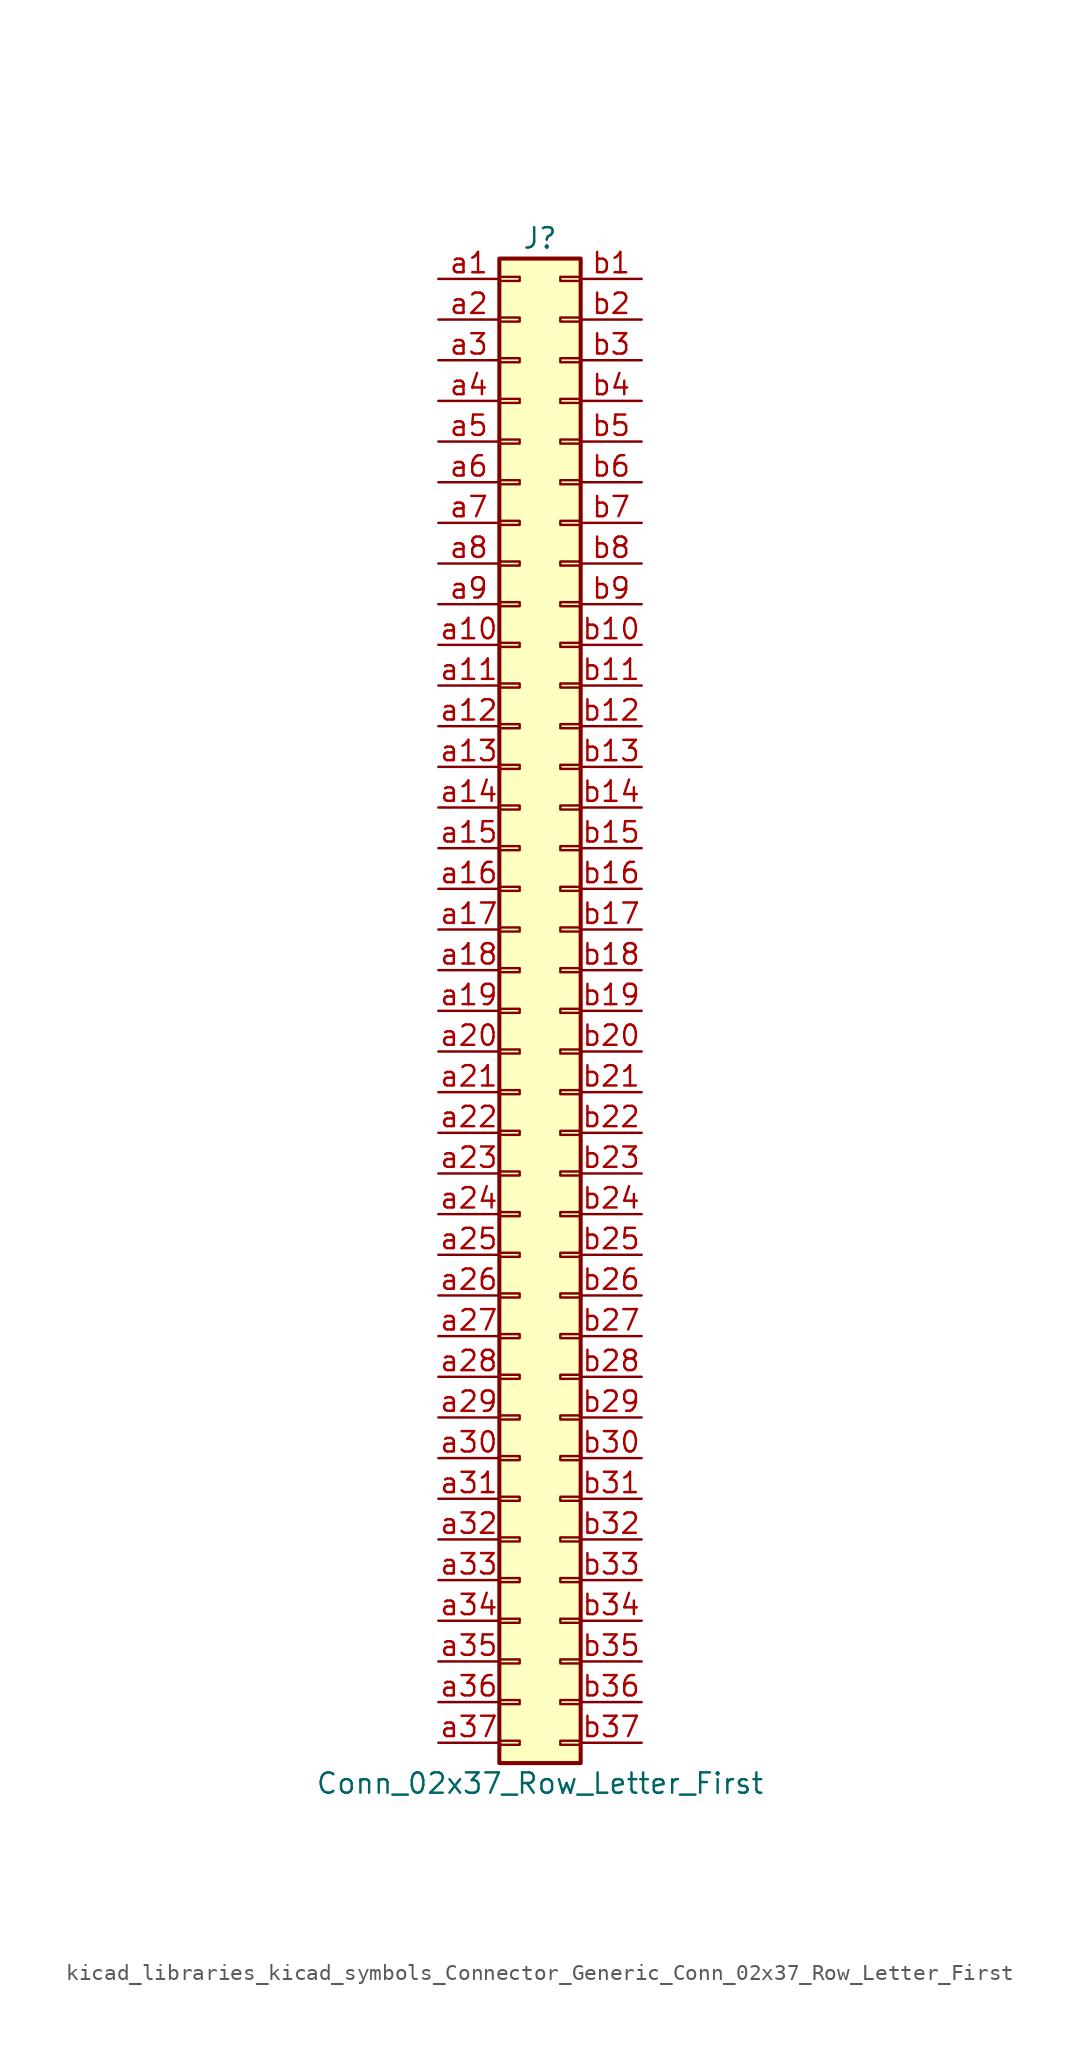
<source format=kicad_sym>
(kicad_symbol_lib
  (version 20220914)
  (generator kicad_symbol_editor)
  (symbol "kicad_libraries_kicad_symbols_Connector_Generic_Conn_02x37_Row_Letter_First"
    (pin_names
      (offset 1.016) hide)
    (property "Reference" "J"
      (at 1.27 48.26 0)
      (effects (font (size 1.27 1.27))))
    (property "Value" "Conn_02x37_Row_Letter_First"
      (at 1.27 -48.26 0)
      (effects (font (size 1.27 1.27))))
    (symbol "kicad_libraries_kicad_symbols_Connector_Generic_Conn_02x37_Row_Letter_First_1_1"
      (rectangle (start -1.27 -45.593) (end 0 -45.847) (stroke (width 0.152) (type default)) (fill (type none)))
      (rectangle (start -1.27 -43.053) (end 0 -43.307) (stroke (width 0.152) (type default)) (fill (type none)))
      (rectangle (start -1.27 -40.513) (end 0 -40.767) (stroke (width 0.152) (type default)) (fill (type none)))
      (rectangle (start -1.27 -37.973) (end 0 -38.227) (stroke (width 0.152) (type default)) (fill (type none)))
      (rectangle (start -1.27 -35.433) (end 0 -35.687) (stroke (width 0.152) (type default)) (fill (type none)))
      (rectangle (start -1.27 -32.893) (end 0 -33.147) (stroke (width 0.152) (type default)) (fill (type none)))
      (rectangle (start -1.27 -30.353) (end 0 -30.607) (stroke (width 0.152) (type default)) (fill (type none)))
      (rectangle (start -1.27 -27.813) (end 0 -28.067) (stroke (width 0.152) (type default)) (fill (type none)))
      (rectangle (start -1.27 -25.273) (end 0 -25.527) (stroke (width 0.152) (type default)) (fill (type none)))
      (rectangle (start -1.27 -22.733) (end 0 -22.987) (stroke (width 0.152) (type default)) (fill (type none)))
      (rectangle (start -1.27 -20.193) (end 0 -20.447) (stroke (width 0.152) (type default)) (fill (type none)))
      (rectangle (start -1.27 -17.653) (end 0 -17.907) (stroke (width 0.152) (type default)) (fill (type none)))
      (rectangle (start -1.27 -15.113) (end 0 -15.367) (stroke (width 0.152) (type default)) (fill (type none)))
      (rectangle (start -1.27 -12.573) (end 0 -12.827) (stroke (width 0.152) (type default)) (fill (type none)))
      (rectangle (start -1.27 -10.033) (end 0 -10.287) (stroke (width 0.152) (type default)) (fill (type none)))
      (rectangle (start -1.27 -7.493) (end 0 -7.747) (stroke (width 0.152) (type default)) (fill (type none)))
      (rectangle (start -1.27 -4.953) (end 0 -5.207) (stroke (width 0.152) (type default)) (fill (type none)))
      (rectangle (start -1.27 -2.413) (end 0 -2.667) (stroke (width 0.152) (type default)) (fill (type none)))
      (rectangle (start -1.27 0.127) (end 0 -0.127) (stroke (width 0.152) (type default)) (fill (type none)))
      (rectangle (start -1.27 2.667) (end 0 2.413) (stroke (width 0.152) (type default)) (fill (type none)))
      (rectangle (start -1.27 5.207) (end 0 4.953) (stroke (width 0.152) (type default)) (fill (type none)))
      (rectangle (start -1.27 7.747) (end 0 7.493) (stroke (width 0.152) (type default)) (fill (type none)))
      (rectangle (start -1.27 10.287) (end 0 10.033) (stroke (width 0.152) (type default)) (fill (type none)))
      (rectangle (start -1.27 12.827) (end 0 12.573) (stroke (width 0.152) (type default)) (fill (type none)))
      (rectangle (start -1.27 15.367) (end 0 15.113) (stroke (width 0.152) (type default)) (fill (type none)))
      (rectangle (start -1.27 17.907) (end 0 17.653) (stroke (width 0.152) (type default)) (fill (type none)))
      (rectangle (start -1.27 20.447) (end 0 20.193) (stroke (width 0.152) (type default)) (fill (type none)))
      (rectangle (start -1.27 22.987) (end 0 22.733) (stroke (width 0.152) (type default)) (fill (type none)))
      (rectangle (start -1.27 25.527) (end 0 25.273) (stroke (width 0.152) (type default)) (fill (type none)))
      (rectangle (start -1.27 28.067) (end 0 27.813) (stroke (width 0.152) (type default)) (fill (type none)))
      (rectangle (start -1.27 30.607) (end 0 30.353) (stroke (width 0.152) (type default)) (fill (type none)))
      (rectangle (start -1.27 33.147) (end 0 32.893) (stroke (width 0.152) (type default)) (fill (type none)))
      (rectangle (start -1.27 35.687) (end 0 35.433) (stroke (width 0.152) (type default)) (fill (type none)))
      (rectangle (start -1.27 38.227) (end 0 37.973) (stroke (width 0.152) (type default)) (fill (type none)))
      (rectangle (start -1.27 40.767) (end 0 40.513) (stroke (width 0.152) (type default)) (fill (type none)))
      (rectangle (start -1.27 43.307) (end 0 43.053) (stroke (width 0.152) (type default)) (fill (type none)))
      (rectangle (start -1.27 45.847) (end 0 45.593) (stroke (width 0.152) (type default)) (fill (type none)))
      (rectangle (start -1.27 46.99) (end 3.81 -46.99) (stroke (width 0.254) (type default)) (fill (type background)))
      (rectangle (start 3.81 -45.593) (end 2.54 -45.847) (stroke (width 0.152) (type default)) (fill (type none)))
      (rectangle (start 3.81 -43.053) (end 2.54 -43.307) (stroke (width 0.152) (type default)) (fill (type none)))
      (rectangle (start 3.81 -40.513) (end 2.54 -40.767) (stroke (width 0.152) (type default)) (fill (type none)))
      (rectangle (start 3.81 -37.973) (end 2.54 -38.227) (stroke (width 0.152) (type default)) (fill (type none)))
      (rectangle (start 3.81 -35.433) (end 2.54 -35.687) (stroke (width 0.152) (type default)) (fill (type none)))
      (rectangle (start 3.81 -32.893) (end 2.54 -33.147) (stroke (width 0.152) (type default)) (fill (type none)))
      (rectangle (start 3.81 -30.353) (end 2.54 -30.607) (stroke (width 0.152) (type default)) (fill (type none)))
      (rectangle (start 3.81 -27.813) (end 2.54 -28.067) (stroke (width 0.152) (type default)) (fill (type none)))
      (rectangle (start 3.81 -25.273) (end 2.54 -25.527) (stroke (width 0.152) (type default)) (fill (type none)))
      (rectangle (start 3.81 -22.733) (end 2.54 -22.987) (stroke (width 0.152) (type default)) (fill (type none)))
      (rectangle (start 3.81 -20.193) (end 2.54 -20.447) (stroke (width 0.152) (type default)) (fill (type none)))
      (rectangle (start 3.81 -17.653) (end 2.54 -17.907) (stroke (width 0.152) (type default)) (fill (type none)))
      (rectangle (start 3.81 -15.113) (end 2.54 -15.367) (stroke (width 0.152) (type default)) (fill (type none)))
      (rectangle (start 3.81 -12.573) (end 2.54 -12.827) (stroke (width 0.152) (type default)) (fill (type none)))
      (rectangle (start 3.81 -10.033) (end 2.54 -10.287) (stroke (width 0.152) (type default)) (fill (type none)))
      (rectangle (start 3.81 -7.493) (end 2.54 -7.747) (stroke (width 0.152) (type default)) (fill (type none)))
      (rectangle (start 3.81 -4.953) (end 2.54 -5.207) (stroke (width 0.152) (type default)) (fill (type none)))
      (rectangle (start 3.81 -2.413) (end 2.54 -2.667) (stroke (width 0.152) (type default)) (fill (type none)))
      (rectangle (start 3.81 0.127) (end 2.54 -0.127) (stroke (width 0.152) (type default)) (fill (type none)))
      (rectangle (start 3.81 2.667) (end 2.54 2.413) (stroke (width 0.152) (type default)) (fill (type none)))
      (rectangle (start 3.81 5.207) (end 2.54 4.953) (stroke (width 0.152) (type default)) (fill (type none)))
      (rectangle (start 3.81 7.747) (end 2.54 7.493) (stroke (width 0.152) (type default)) (fill (type none)))
      (rectangle (start 3.81 10.287) (end 2.54 10.033) (stroke (width 0.152) (type default)) (fill (type none)))
      (rectangle (start 3.81 12.827) (end 2.54 12.573) (stroke (width 0.152) (type default)) (fill (type none)))
      (rectangle (start 3.81 15.367) (end 2.54 15.113) (stroke (width 0.152) (type default)) (fill (type none)))
      (rectangle (start 3.81 17.907) (end 2.54 17.653) (stroke (width 0.152) (type default)) (fill (type none)))
      (rectangle (start 3.81 20.447) (end 2.54 20.193) (stroke (width 0.152) (type default)) (fill (type none)))
      (rectangle (start 3.81 22.987) (end 2.54 22.733) (stroke (width 0.152) (type default)) (fill (type none)))
      (rectangle (start 3.81 25.527) (end 2.54 25.273) (stroke (width 0.152) (type default)) (fill (type none)))
      (rectangle (start 3.81 28.067) (end 2.54 27.813) (stroke (width 0.152) (type default)) (fill (type none)))
      (rectangle (start 3.81 30.607) (end 2.54 30.353) (stroke (width 0.152) (type default)) (fill (type none)))
      (rectangle (start 3.81 33.147) (end 2.54 32.893) (stroke (width 0.152) (type default)) (fill (type none)))
      (rectangle (start 3.81 35.687) (end 2.54 35.433) (stroke (width 0.152) (type default)) (fill (type none)))
      (rectangle (start 3.81 38.227) (end 2.54 37.973) (stroke (width 0.152) (type default)) (fill (type none)))
      (rectangle (start 3.81 40.767) (end 2.54 40.513) (stroke (width 0.152) (type default)) (fill (type none)))
      (rectangle (start 3.81 43.307) (end 2.54 43.053) (stroke (width 0.152) (type default)) (fill (type none)))
      (rectangle (start 3.81 45.847) (end 2.54 45.593) (stroke (width 0.152) (type default)) (fill (type none)))
      (pin passive line (at -5.08 45.72 0) (length 3.81) (name "Pin_a1" (effects (font (size 1.27 1.27)))) (number "a1" (effects (font (size 1.27 1.27)))))
      (pin passive line (at -5.08 22.86 0) (length 3.81) (name "Pin_a10" (effects (font (size 1.27 1.27)))) (number "a10" (effects (font (size 1.27 1.27)))))
      (pin passive line (at -5.08 20.32 0) (length 3.81) (name "Pin_a11" (effects (font (size 1.27 1.27)))) (number "a11" (effects (font (size 1.27 1.27)))))
      (pin passive line (at -5.08 17.78 0) (length 3.81) (name "Pin_a12" (effects (font (size 1.27 1.27)))) (number "a12" (effects (font (size 1.27 1.27)))))
      (pin passive line (at -5.08 15.24 0) (length 3.81) (name "Pin_a13" (effects (font (size 1.27 1.27)))) (number "a13" (effects (font (size 1.27 1.27)))))
      (pin passive line (at -5.08 12.7 0) (length 3.81) (name "Pin_a14" (effects (font (size 1.27 1.27)))) (number "a14" (effects (font (size 1.27 1.27)))))
      (pin passive line (at -5.08 10.16 0) (length 3.81) (name "Pin_a15" (effects (font (size 1.27 1.27)))) (number "a15" (effects (font (size 1.27 1.27)))))
      (pin passive line (at -5.08 7.62 0) (length 3.81) (name "Pin_a16" (effects (font (size 1.27 1.27)))) (number "a16" (effects (font (size 1.27 1.27)))))
      (pin passive line (at -5.08 5.08 0) (length 3.81) (name "Pin_a17" (effects (font (size 1.27 1.27)))) (number "a17" (effects (font (size 1.27 1.27)))))
      (pin passive line (at -5.08 2.54 0) (length 3.81) (name "Pin_a18" (effects (font (size 1.27 1.27)))) (number "a18" (effects (font (size 1.27 1.27)))))
      (pin passive line (at -5.08 0 0) (length 3.81) (name "Pin_a19" (effects (font (size 1.27 1.27)))) (number "a19" (effects (font (size 1.27 1.27)))))
      (pin passive line (at -5.08 43.18 0) (length 3.81) (name "Pin_a2" (effects (font (size 1.27 1.27)))) (number "a2" (effects (font (size 1.27 1.27)))))
      (pin passive line (at -5.08 -2.54 0) (length 3.81) (name "Pin_a20" (effects (font (size 1.27 1.27)))) (number "a20" (effects (font (size 1.27 1.27)))))
      (pin passive line (at -5.08 -5.08 0) (length 3.81) (name "Pin_a21" (effects (font (size 1.27 1.27)))) (number "a21" (effects (font (size 1.27 1.27)))))
      (pin passive line (at -5.08 -7.62 0) (length 3.81) (name "Pin_a22" (effects (font (size 1.27 1.27)))) (number "a22" (effects (font (size 1.27 1.27)))))
      (pin passive line (at -5.08 -10.16 0) (length 3.81) (name "Pin_a23" (effects (font (size 1.27 1.27)))) (number "a23" (effects (font (size 1.27 1.27)))))
      (pin passive line (at -5.08 -12.7 0) (length 3.81) (name "Pin_a24" (effects (font (size 1.27 1.27)))) (number "a24" (effects (font (size 1.27 1.27)))))
      (pin passive line (at -5.08 -15.24 0) (length 3.81) (name "Pin_a25" (effects (font (size 1.27 1.27)))) (number "a25" (effects (font (size 1.27 1.27)))))
      (pin passive line (at -5.08 -17.78 0) (length 3.81) (name "Pin_a26" (effects (font (size 1.27 1.27)))) (number "a26" (effects (font (size 1.27 1.27)))))
      (pin passive line (at -5.08 -20.32 0) (length 3.81) (name "Pin_a27" (effects (font (size 1.27 1.27)))) (number "a27" (effects (font (size 1.27 1.27)))))
      (pin passive line (at -5.08 -22.86 0) (length 3.81) (name "Pin_a28" (effects (font (size 1.27 1.27)))) (number "a28" (effects (font (size 1.27 1.27)))))
      (pin passive line (at -5.08 -25.4 0) (length 3.81) (name "Pin_a29" (effects (font (size 1.27 1.27)))) (number "a29" (effects (font (size 1.27 1.27)))))
      (pin passive line (at -5.08 40.64 0) (length 3.81) (name "Pin_a3" (effects (font (size 1.27 1.27)))) (number "a3" (effects (font (size 1.27 1.27)))))
      (pin passive line (at -5.08 -27.94 0) (length 3.81) (name "Pin_a30" (effects (font (size 1.27 1.27)))) (number "a30" (effects (font (size 1.27 1.27)))))
      (pin passive line (at -5.08 -30.48 0) (length 3.81) (name "Pin_a31" (effects (font (size 1.27 1.27)))) (number "a31" (effects (font (size 1.27 1.27)))))
      (pin passive line (at -5.08 -33.02 0) (length 3.81) (name "Pin_a32" (effects (font (size 1.27 1.27)))) (number "a32" (effects (font (size 1.27 1.27)))))
      (pin passive line (at -5.08 -35.56 0) (length 3.81) (name "Pin_a33" (effects (font (size 1.27 1.27)))) (number "a33" (effects (font (size 1.27 1.27)))))
      (pin passive line (at -5.08 -38.1 0) (length 3.81) (name "Pin_a34" (effects (font (size 1.27 1.27)))) (number "a34" (effects (font (size 1.27 1.27)))))
      (pin passive line (at -5.08 -40.64 0) (length 3.81) (name "Pin_a35" (effects (font (size 1.27 1.27)))) (number "a35" (effects (font (size 1.27 1.27)))))
      (pin passive line (at -5.08 -43.18 0) (length 3.81) (name "Pin_a36" (effects (font (size 1.27 1.27)))) (number "a36" (effects (font (size 1.27 1.27)))))
      (pin passive line (at -5.08 -45.72 0) (length 3.81) (name "Pin_a37" (effects (font (size 1.27 1.27)))) (number "a37" (effects (font (size 1.27 1.27)))))
      (pin passive line (at -5.08 38.1 0) (length 3.81) (name "Pin_a4" (effects (font (size 1.27 1.27)))) (number "a4" (effects (font (size 1.27 1.27)))))
      (pin passive line (at -5.08 35.56 0) (length 3.81) (name "Pin_a5" (effects (font (size 1.27 1.27)))) (number "a5" (effects (font (size 1.27 1.27)))))
      (pin passive line (at -5.08 33.02 0) (length 3.81) (name "Pin_a6" (effects (font (size 1.27 1.27)))) (number "a6" (effects (font (size 1.27 1.27)))))
      (pin passive line (at -5.08 30.48 0) (length 3.81) (name "Pin_a7" (effects (font (size 1.27 1.27)))) (number "a7" (effects (font (size 1.27 1.27)))))
      (pin passive line (at -5.08 27.94 0) (length 3.81) (name "Pin_a8" (effects (font (size 1.27 1.27)))) (number "a8" (effects (font (size 1.27 1.27)))))
      (pin passive line (at -5.08 25.4 0) (length 3.81) (name "Pin_a9" (effects (font (size 1.27 1.27)))) (number "a9" (effects (font (size 1.27 1.27)))))
      (pin passive line (at 7.62 45.72 180) (length 3.81) (name "Pin_b1" (effects (font (size 1.27 1.27)))) (number "b1" (effects (font (size 1.27 1.27)))))
      (pin passive line (at 7.62 22.86 180) (length 3.81) (name "Pin_b10" (effects (font (size 1.27 1.27)))) (number "b10" (effects (font (size 1.27 1.27)))))
      (pin passive line (at 7.62 20.32 180) (length 3.81) (name "Pin_b11" (effects (font (size 1.27 1.27)))) (number "b11" (effects (font (size 1.27 1.27)))))
      (pin passive line (at 7.62 17.78 180) (length 3.81) (name "Pin_b12" (effects (font (size 1.27 1.27)))) (number "b12" (effects (font (size 1.27 1.27)))))
      (pin passive line (at 7.62 15.24 180) (length 3.81) (name "Pin_b13" (effects (font (size 1.27 1.27)))) (number "b13" (effects (font (size 1.27 1.27)))))
      (pin passive line (at 7.62 12.7 180) (length 3.81) (name "Pin_b14" (effects (font (size 1.27 1.27)))) (number "b14" (effects (font (size 1.27 1.27)))))
      (pin passive line (at 7.62 10.16 180) (length 3.81) (name "Pin_b15" (effects (font (size 1.27 1.27)))) (number "b15" (effects (font (size 1.27 1.27)))))
      (pin passive line (at 7.62 7.62 180) (length 3.81) (name "Pin_b16" (effects (font (size 1.27 1.27)))) (number "b16" (effects (font (size 1.27 1.27)))))
      (pin passive line (at 7.62 5.08 180) (length 3.81) (name "Pin_b17" (effects (font (size 1.27 1.27)))) (number "b17" (effects (font (size 1.27 1.27)))))
      (pin passive line (at 7.62 2.54 180) (length 3.81) (name "Pin_b18" (effects (font (size 1.27 1.27)))) (number "b18" (effects (font (size 1.27 1.27)))))
      (pin passive line (at 7.62 0 180) (length 3.81) (name "Pin_b19" (effects (font (size 1.27 1.27)))) (number "b19" (effects (font (size 1.27 1.27)))))
      (pin passive line (at 7.62 43.18 180) (length 3.81) (name "Pin_b2" (effects (font (size 1.27 1.27)))) (number "b2" (effects (font (size 1.27 1.27)))))
      (pin passive line (at 7.62 -2.54 180) (length 3.81) (name "Pin_b20" (effects (font (size 1.27 1.27)))) (number "b20" (effects (font (size 1.27 1.27)))))
      (pin passive line (at 7.62 -5.08 180) (length 3.81) (name "Pin_b21" (effects (font (size 1.27 1.27)))) (number "b21" (effects (font (size 1.27 1.27)))))
      (pin passive line (at 7.62 -7.62 180) (length 3.81) (name "Pin_b22" (effects (font (size 1.27 1.27)))) (number "b22" (effects (font (size 1.27 1.27)))))
      (pin passive line (at 7.62 -10.16 180) (length 3.81) (name "Pin_b23" (effects (font (size 1.27 1.27)))) (number "b23" (effects (font (size 1.27 1.27)))))
      (pin passive line (at 7.62 -12.7 180) (length 3.81) (name "Pin_b24" (effects (font (size 1.27 1.27)))) (number "b24" (effects (font (size 1.27 1.27)))))
      (pin passive line (at 7.62 -15.24 180) (length 3.81) (name "Pin_b25" (effects (font (size 1.27 1.27)))) (number "b25" (effects (font (size 1.27 1.27)))))
      (pin passive line (at 7.62 -17.78 180) (length 3.81) (name "Pin_b26" (effects (font (size 1.27 1.27)))) (number "b26" (effects (font (size 1.27 1.27)))))
      (pin passive line (at 7.62 -20.32 180) (length 3.81) (name "Pin_b27" (effects (font (size 1.27 1.27)))) (number "b27" (effects (font (size 1.27 1.27)))))
      (pin passive line (at 7.62 -22.86 180) (length 3.81) (name "Pin_b28" (effects (font (size 1.27 1.27)))) (number "b28" (effects (font (size 1.27 1.27)))))
      (pin passive line (at 7.62 -25.4 180) (length 3.81) (name "Pin_b29" (effects (font (size 1.27 1.27)))) (number "b29" (effects (font (size 1.27 1.27)))))
      (pin passive line (at 7.62 40.64 180) (length 3.81) (name "Pin_b3" (effects (font (size 1.27 1.27)))) (number "b3" (effects (font (size 1.27 1.27)))))
      (pin passive line (at 7.62 -27.94 180) (length 3.81) (name "Pin_b30" (effects (font (size 1.27 1.27)))) (number "b30" (effects (font (size 1.27 1.27)))))
      (pin passive line (at 7.62 -30.48 180) (length 3.81) (name "Pin_b31" (effects (font (size 1.27 1.27)))) (number "b31" (effects (font (size 1.27 1.27)))))
      (pin passive line (at 7.62 -33.02 180) (length 3.81) (name "Pin_b32" (effects (font (size 1.27 1.27)))) (number "b32" (effects (font (size 1.27 1.27)))))
      (pin passive line (at 7.62 -35.56 180) (length 3.81) (name "Pin_b33" (effects (font (size 1.27 1.27)))) (number "b33" (effects (font (size 1.27 1.27)))))
      (pin passive line (at 7.62 -38.1 180) (length 3.81) (name "Pin_b34" (effects (font (size 1.27 1.27)))) (number "b34" (effects (font (size 1.27 1.27)))))
      (pin passive line (at 7.62 -40.64 180) (length 3.81) (name "Pin_b35" (effects (font (size 1.27 1.27)))) (number "b35" (effects (font (size 1.27 1.27)))))
      (pin passive line (at 7.62 -43.18 180) (length 3.81) (name "Pin_b36" (effects (font (size 1.27 1.27)))) (number "b36" (effects (font (size 1.27 1.27)))))
      (pin passive line (at 7.62 -45.72 180) (length 3.81) (name "Pin_b37" (effects (font (size 1.27 1.27)))) (number "b37" (effects (font (size 1.27 1.27)))))
      (pin passive line (at 7.62 38.1 180) (length 3.81) (name "Pin_b4" (effects (font (size 1.27 1.27)))) (number "b4" (effects (font (size 1.27 1.27)))))
      (pin passive line (at 7.62 35.56 180) (length 3.81) (name "Pin_b5" (effects (font (size 1.27 1.27)))) (number "b5" (effects (font (size 1.27 1.27)))))
      (pin passive line (at 7.62 33.02 180) (length 3.81) (name "Pin_b6" (effects (font (size 1.27 1.27)))) (number "b6" (effects (font (size 1.27 1.27)))))
      (pin passive line (at 7.62 30.48 180) (length 3.81) (name "Pin_b7" (effects (font (size 1.27 1.27)))) (number "b7" (effects (font (size 1.27 1.27)))))
      (pin passive line (at 7.62 27.94 180) (length 3.81) (name "Pin_b8" (effects (font (size 1.27 1.27)))) (number "b8" (effects (font (size 1.27 1.27)))))
      (pin passive line (at 7.62 25.4 180) (length 3.81) (name "Pin_b9" (effects (font (size 1.27 1.27)))) (number "b9" (effects (font (size 1.27 1.27))))))))
</source>
